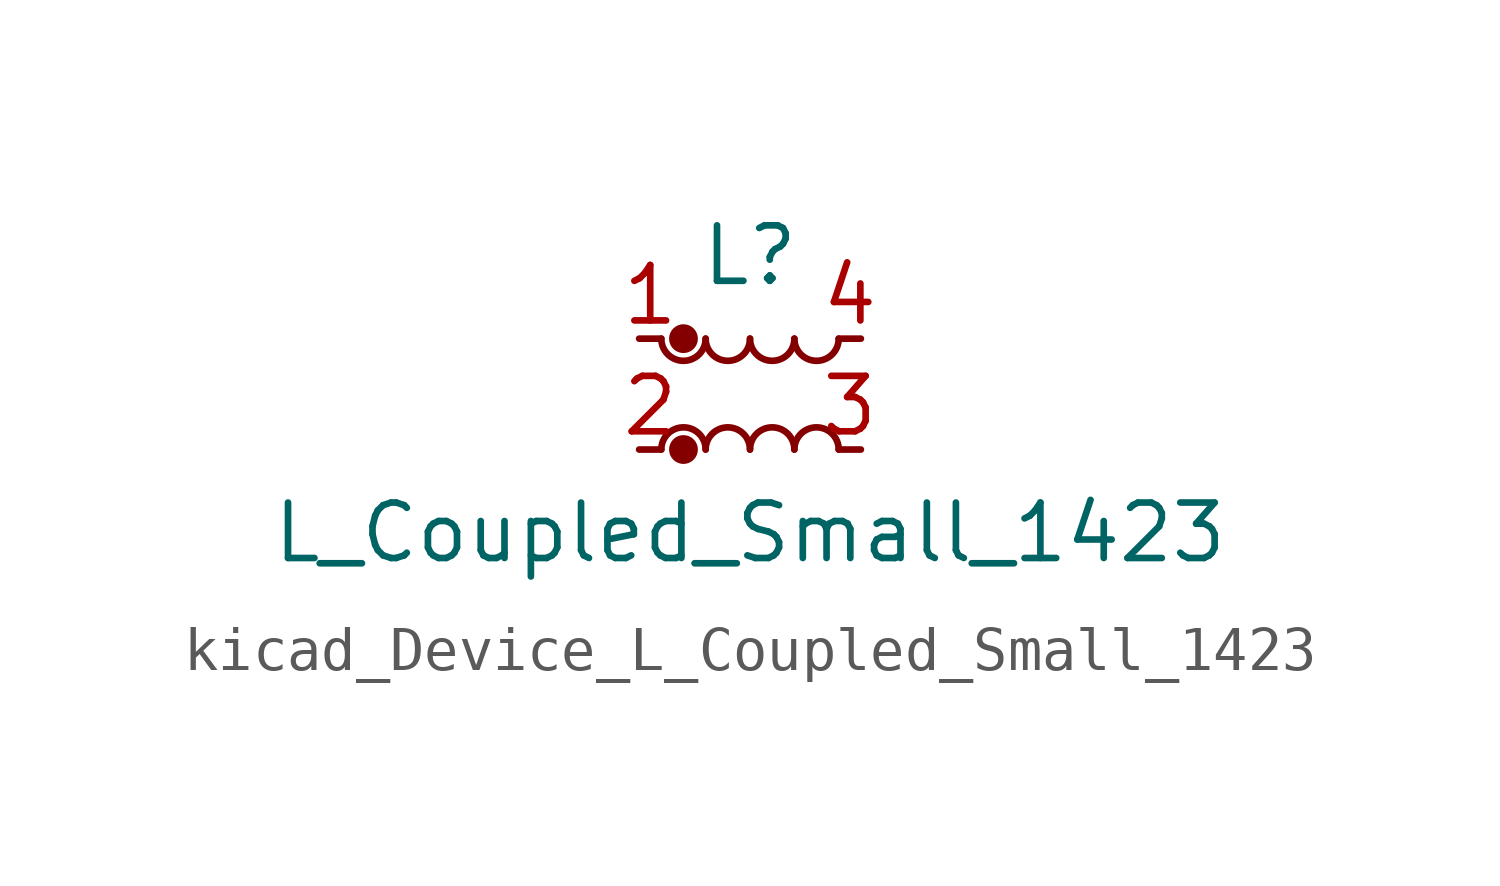
<source format=kicad_sym>
(kicad_symbol_lib
  (version 20220914)
  (generator kicad_symbol_editor)
  (symbol "kicad_Device_L_Coupled_Small_1423"
    (pin_names
      (offset 0.254) hide)
    (property "Reference" "L"
      (at 0 3.175 0)
      (effects (font (size 1.27 1.27))))
    (property "Value" "L_Coupled_Small_1423"
      (at 0 -3.175 0)
      (effects (font (size 1.27 1.27))))
    (symbol "kicad_Device_L_Coupled_Small_1423_0_1"
      (arc (start -2.032 1.27) (mid -1.524 0.7642) (end -1.016 1.27) (stroke (width 0) (type default)) (fill (type none)))
      (circle (center -1.524 -1.27) (radius 0.254) (stroke (width 0) (type default)) (fill (type outline)))
      (circle (center -1.524 1.27) (radius 0.254) (stroke (width 0) (type default)) (fill (type outline)))
      (arc (start -1.016 -1.27) (mid -1.524 -0.7642) (end -2.032 -1.27) (stroke (width 0) (type default)) (fill (type none)))
      (arc (start -1.016 1.27) (mid -0.508 0.7642) (end 0 1.27) (stroke (width 0) (type default)) (fill (type none)))
      (arc (start 0 -1.27) (mid -0.508 -0.7642) (end -1.016 -1.27) (stroke (width 0) (type default)) (fill (type none)))
      (arc (start 0 1.27) (mid 0.508 0.7642) (end 1.016 1.27) (stroke (width 0) (type default)) (fill (type none)))
      (arc (start 1.016 -1.27) (mid 0.508 -0.7642) (end 0 -1.27) (stroke (width 0) (type default)) (fill (type none)))
      (arc (start 1.016 1.27) (mid 1.524 0.7642) (end 2.032 1.27) (stroke (width 0) (type default)) (fill (type none)))
      (arc (start 2.032 -1.27) (mid 1.524 -0.7642) (end 1.016 -1.27) (stroke (width 0) (type default)) (fill (type none))))
    (symbol "kicad_Device_L_Coupled_Small_1423_1_1"
      (pin passive line (at -2.54 1.27 0) (length 0.508) (name "1" (effects (font (size 1.27 1.27)))) (number "1" (effects (font (size 1.27 1.27)))))
      (pin passive line (at -2.54 -1.27 0) (length 0.508) (name "2" (effects (font (size 1.27 1.27)))) (number "2" (effects (font (size 1.27 1.27)))))
      (pin passive line (at 2.54 -1.27 180) (length 0.508) (name "3" (effects (font (size 1.27 1.27)))) (number "3" (effects (font (size 1.27 1.27)))))
      (pin passive line (at 2.54 1.27 180) (length 0.508) (name "4" (effects (font (size 1.27 1.27)))) (number "4" (effects (font (size 1.27 1.27))))))))
</source>
